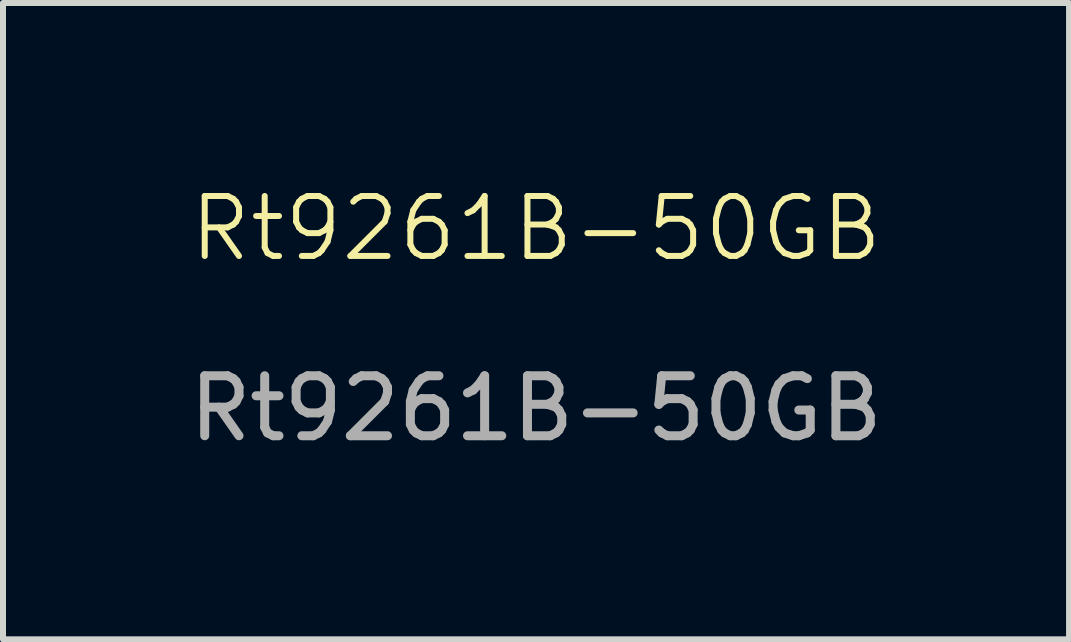
<source format=kicad_pcb>
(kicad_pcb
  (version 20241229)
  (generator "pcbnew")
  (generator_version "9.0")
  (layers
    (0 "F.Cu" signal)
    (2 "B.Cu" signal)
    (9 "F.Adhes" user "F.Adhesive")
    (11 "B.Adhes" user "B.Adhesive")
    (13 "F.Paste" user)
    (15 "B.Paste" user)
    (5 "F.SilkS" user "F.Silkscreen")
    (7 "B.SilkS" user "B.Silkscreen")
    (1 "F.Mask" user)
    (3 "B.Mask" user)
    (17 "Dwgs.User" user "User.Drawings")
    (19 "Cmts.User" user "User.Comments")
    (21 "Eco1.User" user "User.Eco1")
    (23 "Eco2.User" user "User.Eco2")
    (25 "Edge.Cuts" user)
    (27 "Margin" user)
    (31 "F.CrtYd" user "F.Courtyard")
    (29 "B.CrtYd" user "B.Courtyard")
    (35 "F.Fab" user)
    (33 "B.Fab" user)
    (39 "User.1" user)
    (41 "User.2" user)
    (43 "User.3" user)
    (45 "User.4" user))
  (footprint "Rt9261B-50GB"
    (layer "F.Cu")
    (at 5.887 1.26)
    (property "Reference" "Rt9261B-50GB" (at 0 -0.5 0) (unlocked yes) (layer "F.SilkS") (effects (font (size 1 1) (thickness 0.1))))
    (attr smd)
    (fp_text user "${REFERENCE}" (at 0 2.5 0) (unlocked yes) (layer "F.Fab") (effects (font (size 1 1) (thickness 0.15)))))
  (gr_rect
    (start -3 -3)
    (end 14.774 7.609)
    (stroke (width 0.1) (type default))
    (fill no)
    (layer "Edge.Cuts")))
</source>
